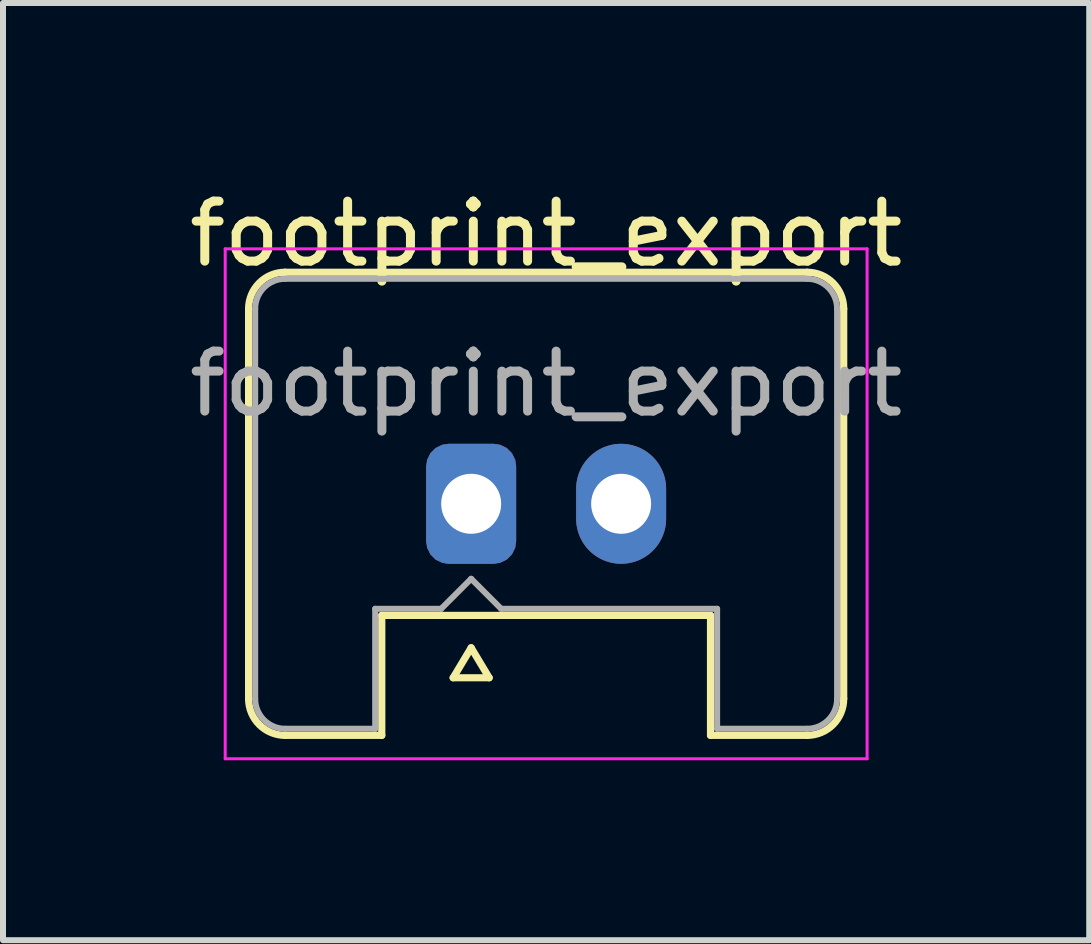
<source format=kicad_pcb>
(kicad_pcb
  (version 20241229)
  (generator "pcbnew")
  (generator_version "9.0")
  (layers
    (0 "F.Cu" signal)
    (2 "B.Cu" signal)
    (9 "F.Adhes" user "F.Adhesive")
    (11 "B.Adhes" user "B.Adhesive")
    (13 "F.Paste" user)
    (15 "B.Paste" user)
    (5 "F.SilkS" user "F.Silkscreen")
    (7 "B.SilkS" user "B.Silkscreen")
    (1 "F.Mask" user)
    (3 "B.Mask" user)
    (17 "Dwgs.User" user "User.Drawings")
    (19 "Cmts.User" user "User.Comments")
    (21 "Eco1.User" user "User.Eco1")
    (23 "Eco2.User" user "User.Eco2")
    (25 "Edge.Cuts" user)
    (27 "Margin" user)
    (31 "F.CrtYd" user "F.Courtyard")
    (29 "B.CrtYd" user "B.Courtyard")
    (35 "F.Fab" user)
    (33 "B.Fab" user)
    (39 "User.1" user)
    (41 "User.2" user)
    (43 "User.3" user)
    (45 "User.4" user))
  (footprint "footprint_export"
    (layer "F.Cu")
    (at 4.804 5.348)
    (property "Reference" "footprint_export" (at 1.25 -4.5 0) (layer "F.SilkS") (effects (font (size 1 1) (thickness 0.15))))
    (attr through_hole)
    (fp_line (start -3.71 -3.25) (end -3.71 3.25) (stroke (width 0.12) (type solid)) (layer "F.SilkS"))
    (fp_line (start -3.1 -3.86) (end 5.6 -3.86) (stroke (width 0.12) (type solid)) (layer "F.SilkS"))
    (fp_line (start -3.1 3.86) (end -1.49 3.86) (stroke (width 0.12) (type solid)) (layer "F.SilkS"))
    (fp_line (start -1.49 1.86) (end 3.99 1.86) (stroke (width 0.12) (type solid)) (layer "F.SilkS"))
    (fp_line (start -1.49 3.86) (end -1.49 1.86) (stroke (width 0.12) (type solid)) (layer "F.SilkS"))
    (fp_line (start -0.3 2.9) (end 0.3 2.9) (stroke (width 0.12) (type solid)) (layer "F.SilkS"))
    (fp_line (start 0 2.4) (end -0.3 2.9) (stroke (width 0.12) (type solid)) (layer "F.SilkS"))
    (fp_line (start 0.3 2.9) (end 0 2.4) (stroke (width 0.12) (type solid)) (layer "F.SilkS"))
    (fp_line (start 3.99 3.86) (end 3.99 1.86) (stroke (width 0.12) (type solid)) (layer "F.SilkS"))
    (fp_line (start 5.6 3.86) (end 3.99 3.86) (stroke (width 0.12) (type solid)) (layer "F.SilkS"))
    (fp_line (start 6.21 -3.25) (end 6.21 3.25) (stroke (width 0.12) (type solid)) (layer "F.SilkS"))
    (fp_arc (start -3.71 -3.25) (mid -3.531335 -3.681335) (end -3.1 -3.86) (stroke (width 0.12) (type solid)) (layer "F.SilkS"))
    (fp_arc (start -3.1 3.86) (mid -3.531335 3.681335) (end -3.71 3.25) (stroke (width 0.12) (type solid)) (layer "F.SilkS"))
    (fp_arc (start 5.6 -3.86) (mid 6.031335 -3.681335) (end 6.21 -3.25) (stroke (width 0.12) (type solid)) (layer "F.SilkS"))
    (fp_arc (start 6.21 3.25) (mid 6.031335 3.681335) (end 5.6 3.86) (stroke (width 0.12) (type solid)) (layer "F.SilkS"))
    (fp_line (start -4.1 -4.25) (end -4.1 4.25) (stroke (width 0.05) (type solid)) (layer "F.CrtYd"))
    (fp_line (start -4.1 4.25) (end 6.6 4.25) (stroke (width 0.05) (type solid)) (layer "F.CrtYd"))
    (fp_line (start 6.6 -4.25) (end -4.1 -4.25) (stroke (width 0.05) (type solid)) (layer "F.CrtYd"))
    (fp_line (start 6.6 4.25) (end 6.6 -4.25) (stroke (width 0.05) (type solid)) (layer "F.CrtYd"))
    (fp_line (start -3.6 -3.25) (end -3.6 3.25) (stroke (width 0.1) (type solid)) (layer "F.Fab"))
    (fp_line (start -3.1 -3.75) (end 5.6 -3.75) (stroke (width 0.1) (type solid)) (layer "F.Fab"))
    (fp_line (start -3.1 3.75) (end -1.6 3.75) (stroke (width 0.1) (type solid)) (layer "F.Fab"))
    (fp_line (start -1.6 1.75) (end -0.5 1.75) (stroke (width 0.1) (type solid)) (layer "F.Fab"))
    (fp_line (start -1.6 3.75) (end -1.6 1.75) (stroke (width 0.1) (type solid)) (layer "F.Fab"))
    (fp_line (start -0.5 1.75) (end 0 1.25) (stroke (width 0.1) (type solid)) (layer "F.Fab"))
    (fp_line (start 0 1.25) (end 0.5 1.75) (stroke (width 0.1) (type solid)) (layer "F.Fab"))
    (fp_line (start 0.5 1.75) (end 4.1 1.75) (stroke (width 0.1) (type solid)) (layer "F.Fab"))
    (fp_line (start 4.1 3.75) (end 4.1 1.75) (stroke (width 0.1) (type solid)) (layer "F.Fab"))
    (fp_line (start 5.6 3.75) (end 4.1 3.75) (stroke (width 0.1) (type solid)) (layer "F.Fab"))
    (fp_line (start 6.1 -3.25) (end 6.1 3.25) (stroke (width 0.1) (type solid)) (layer "F.Fab"))
    (fp_arc (start -3.6 -3.25) (mid -3.453553 -3.603553) (end -3.1 -3.75) (stroke (width 0.1) (type solid)) (layer "F.Fab"))
    (fp_arc (start -3.1 3.75) (mid -3.453553 3.603553) (end -3.6 3.25) (stroke (width 0.1) (type solid)) (layer "F.Fab"))
    (fp_arc (start 5.6 -3.75) (mid 5.953553 -3.603553) (end 6.1 -3.25) (stroke (width 0.1) (type solid)) (layer "F.Fab"))
    (fp_arc (start 6.1 3.25) (mid 5.953553 3.603553) (end 5.6 3.75) (stroke (width 0.1) (type solid)) (layer "F.Fab"))
    (fp_text user "${REFERENCE}" (at 1.25 -2 0) (layer "F.Fab") (effects (font (size 1 1) (thickness 0.15))))
    (pad "1" thru_hole roundrect (at 0 0) (size 1.5 2) (drill 1) (layers "*.Cu" "*.Mask") (roundrect_rratio 0.25))
    (pad "2" thru_hole oval (at 2.5 0) (size 1.5 2) (drill 1) (layers "*.Cu" "*.Mask")))
  (gr_rect
    (start -3 -3)
    (end 15.107 12.623)
    (stroke (width 0.1) (type default))
    (fill no)
    (layer "Edge.Cuts")))
</source>
